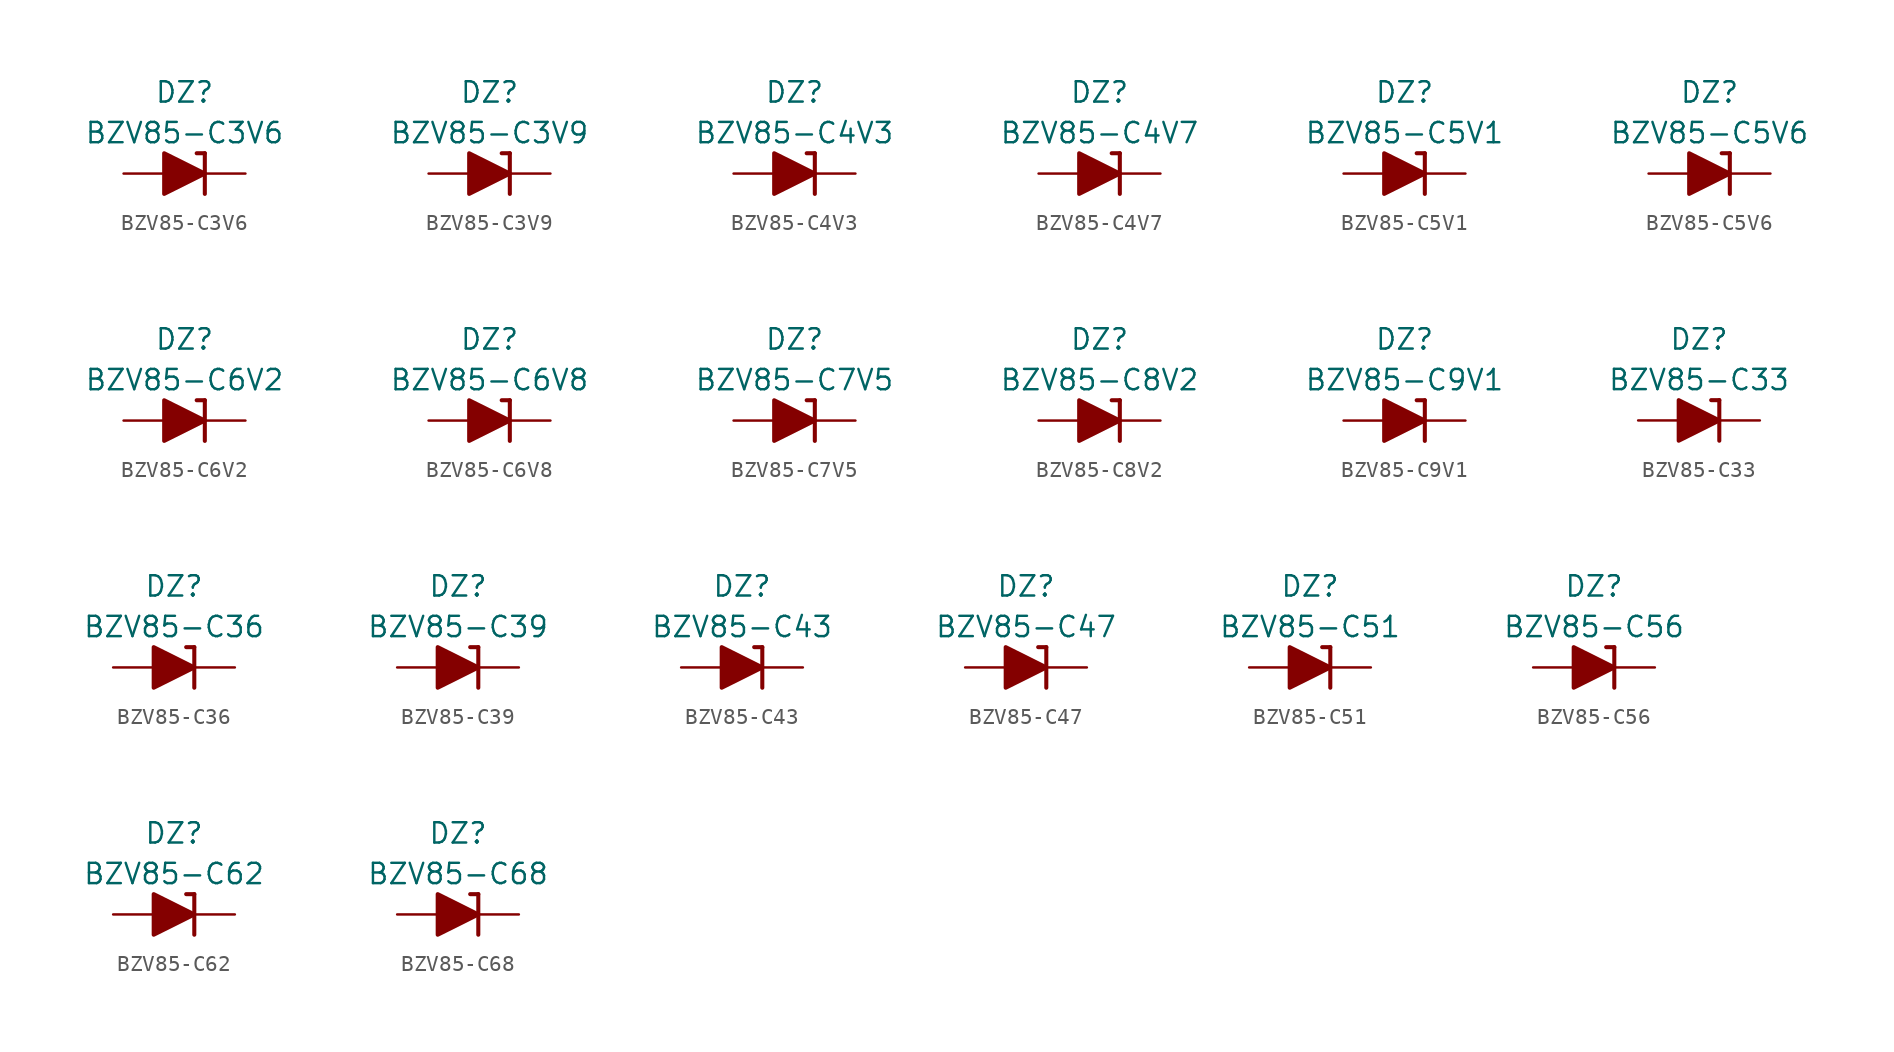
<source format=kicad_sym>
(kicad_symbol_lib
  (version 20201005)
  (generator kicad_symbol_editor)
  (symbol "Diode_Zener_AKL:BZV85-C3V6"
    (pin_numbers hide)
    (pin_names
      (offset 1.016) hide)
    (property "Reference" "DZ"
      (at 0 5.08 0)
      (effects (font (size 1.27 1.27))))
    (property "Value" "BZV85-C3V6"
      (at 0 2.54 0)
      (effects (font (size 1.27 1.27))))
    (symbol "BZV85-C3V6_0_1"
      (polyline (pts (xy -1.27 0) (xy 1.27 0)) (stroke (width 0)) (fill (type none)))
      (polyline (pts (xy 1.27 1.27) (xy 0.762 1.27)) (stroke (width 0.254)) (fill (type none)))
      (polyline (pts (xy 1.27 1.27) (xy 1.27 -1.27)) (stroke (width 0.254)) (fill (type none)))
      (polyline (pts (xy -1.27 -1.27) (xy -1.27 1.27) (xy 1.27 0) (xy -1.27 -1.27)) (stroke (width 0.254)) (fill (type outline))))
    (symbol "BZV85-C3V6_1_1"
      (pin passive line (at 3.81 0 180) (length 2.54) (name "K" (effects (font (size 1.27 1.27)))) (number "1" (effects (font (size 1.27 1.27)))))
      (pin passive line (at -3.81 0 0) (length 2.54) (name "A" (effects (font (size 1.27 1.27)))) (number "2" (effects (font (size 1.27 1.27)))))))
  (symbol "Diode_Zener_AKL:BZV85-C3V9"
    (pin_numbers hide)
    (pin_names
      (offset 1.016) hide)
    (property "Reference" "DZ"
      (at 0 5.08 0)
      (effects (font (size 1.27 1.27))))
    (property "Value" "BZV85-C3V9"
      (at 0 2.54 0)
      (effects (font (size 1.27 1.27))))
    (symbol "BZV85-C3V9_0_1"
      (polyline (pts (xy -1.27 0) (xy 1.27 0)) (stroke (width 0)) (fill (type none)))
      (polyline (pts (xy 1.27 1.27) (xy 0.762 1.27)) (stroke (width 0.254)) (fill (type none)))
      (polyline (pts (xy 1.27 1.27) (xy 1.27 -1.27)) (stroke (width 0.254)) (fill (type none)))
      (polyline (pts (xy -1.27 -1.27) (xy -1.27 1.27) (xy 1.27 0) (xy -1.27 -1.27)) (stroke (width 0.254)) (fill (type outline))))
    (symbol "BZV85-C3V9_1_1"
      (pin passive line (at 3.81 0 180) (length 2.54) (name "K" (effects (font (size 1.27 1.27)))) (number "1" (effects (font (size 1.27 1.27)))))
      (pin passive line (at -3.81 0 0) (length 2.54) (name "A" (effects (font (size 1.27 1.27)))) (number "2" (effects (font (size 1.27 1.27)))))))
  (symbol "Diode_Zener_AKL:BZV85-C4V3"
    (pin_numbers hide)
    (pin_names
      (offset 1.016) hide)
    (property "Reference" "DZ"
      (at 0 5.08 0)
      (effects (font (size 1.27 1.27))))
    (property "Value" "BZV85-C4V3"
      (at 0 2.54 0)
      (effects (font (size 1.27 1.27))))
    (symbol "BZV85-C4V3_0_1"
      (polyline (pts (xy -1.27 0) (xy 1.27 0)) (stroke (width 0)) (fill (type none)))
      (polyline (pts (xy 1.27 1.27) (xy 0.762 1.27)) (stroke (width 0.254)) (fill (type none)))
      (polyline (pts (xy 1.27 1.27) (xy 1.27 -1.27)) (stroke (width 0.254)) (fill (type none)))
      (polyline (pts (xy -1.27 -1.27) (xy -1.27 1.27) (xy 1.27 0) (xy -1.27 -1.27)) (stroke (width 0.254)) (fill (type outline))))
    (symbol "BZV85-C4V3_1_1"
      (pin passive line (at 3.81 0 180) (length 2.54) (name "K" (effects (font (size 1.27 1.27)))) (number "1" (effects (font (size 1.27 1.27)))))
      (pin passive line (at -3.81 0 0) (length 2.54) (name "A" (effects (font (size 1.27 1.27)))) (number "2" (effects (font (size 1.27 1.27)))))))
  (symbol "Diode_Zener_AKL:BZV85-C4V7"
    (pin_numbers hide)
    (pin_names
      (offset 1.016) hide)
    (property "Reference" "DZ"
      (at 0 5.08 0)
      (effects (font (size 1.27 1.27))))
    (property "Value" "BZV85-C4V7"
      (at 0 2.54 0)
      (effects (font (size 1.27 1.27))))
    (symbol "BZV85-C4V7_0_1"
      (polyline (pts (xy -1.27 0) (xy 1.27 0)) (stroke (width 0)) (fill (type none)))
      (polyline (pts (xy 1.27 1.27) (xy 0.762 1.27)) (stroke (width 0.254)) (fill (type none)))
      (polyline (pts (xy 1.27 1.27) (xy 1.27 -1.27)) (stroke (width 0.254)) (fill (type none)))
      (polyline (pts (xy -1.27 -1.27) (xy -1.27 1.27) (xy 1.27 0) (xy -1.27 -1.27)) (stroke (width 0.254)) (fill (type outline))))
    (symbol "BZV85-C4V7_1_1"
      (pin passive line (at 3.81 0 180) (length 2.54) (name "K" (effects (font (size 1.27 1.27)))) (number "1" (effects (font (size 1.27 1.27)))))
      (pin passive line (at -3.81 0 0) (length 2.54) (name "A" (effects (font (size 1.27 1.27)))) (number "2" (effects (font (size 1.27 1.27)))))))
  (symbol "Diode_Zener_AKL:BZV85-C5V1"
    (pin_numbers hide)
    (pin_names
      (offset 1.016) hide)
    (property "Reference" "DZ"
      (at 0 5.08 0)
      (effects (font (size 1.27 1.27))))
    (property "Value" "BZV85-C5V1"
      (at 0 2.54 0)
      (effects (font (size 1.27 1.27))))
    (symbol "BZV85-C5V1_0_1"
      (polyline (pts (xy -1.27 0) (xy 1.27 0)) (stroke (width 0)) (fill (type none)))
      (polyline (pts (xy 1.27 1.27) (xy 0.762 1.27)) (stroke (width 0.254)) (fill (type none)))
      (polyline (pts (xy 1.27 1.27) (xy 1.27 -1.27)) (stroke (width 0.254)) (fill (type none)))
      (polyline (pts (xy -1.27 -1.27) (xy -1.27 1.27) (xy 1.27 0) (xy -1.27 -1.27)) (stroke (width 0.254)) (fill (type outline))))
    (symbol "BZV85-C5V1_1_1"
      (pin passive line (at 3.81 0 180) (length 2.54) (name "K" (effects (font (size 1.27 1.27)))) (number "1" (effects (font (size 1.27 1.27)))))
      (pin passive line (at -3.81 0 0) (length 2.54) (name "A" (effects (font (size 1.27 1.27)))) (number "2" (effects (font (size 1.27 1.27)))))))
  (symbol "Diode_Zener_AKL:BZV85-C5V6"
    (pin_numbers hide)
    (pin_names
      (offset 1.016) hide)
    (property "Reference" "DZ"
      (at 0 5.08 0)
      (effects (font (size 1.27 1.27))))
    (property "Value" "BZV85-C5V6"
      (at 0 2.54 0)
      (effects (font (size 1.27 1.27))))
    (symbol "BZV85-C5V6_0_1"
      (polyline (pts (xy -1.27 0) (xy 1.27 0)) (stroke (width 0)) (fill (type none)))
      (polyline (pts (xy 1.27 1.27) (xy 0.762 1.27)) (stroke (width 0.254)) (fill (type none)))
      (polyline (pts (xy 1.27 1.27) (xy 1.27 -1.27)) (stroke (width 0.254)) (fill (type none)))
      (polyline (pts (xy -1.27 -1.27) (xy -1.27 1.27) (xy 1.27 0) (xy -1.27 -1.27)) (stroke (width 0.254)) (fill (type outline))))
    (symbol "BZV85-C5V6_1_1"
      (pin passive line (at 3.81 0 180) (length 2.54) (name "K" (effects (font (size 1.27 1.27)))) (number "1" (effects (font (size 1.27 1.27)))))
      (pin passive line (at -3.81 0 0) (length 2.54) (name "A" (effects (font (size 1.27 1.27)))) (number "2" (effects (font (size 1.27 1.27)))))))
  (symbol "Diode_Zener_AKL:BZV85-C6V2"
    (pin_numbers hide)
    (pin_names
      (offset 1.016) hide)
    (property "Reference" "DZ"
      (at 0 5.08 0)
      (effects (font (size 1.27 1.27))))
    (property "Value" "BZV85-C6V2"
      (at 0 2.54 0)
      (effects (font (size 1.27 1.27))))
    (symbol "BZV85-C6V2_0_1"
      (polyline (pts (xy -1.27 0) (xy 1.27 0)) (stroke (width 0)) (fill (type none)))
      (polyline (pts (xy 1.27 1.27) (xy 0.762 1.27)) (stroke (width 0.254)) (fill (type none)))
      (polyline (pts (xy 1.27 1.27) (xy 1.27 -1.27)) (stroke (width 0.254)) (fill (type none)))
      (polyline (pts (xy -1.27 -1.27) (xy -1.27 1.27) (xy 1.27 0) (xy -1.27 -1.27)) (stroke (width 0.254)) (fill (type outline))))
    (symbol "BZV85-C6V2_1_1"
      (pin passive line (at 3.81 0 180) (length 2.54) (name "K" (effects (font (size 1.27 1.27)))) (number "1" (effects (font (size 1.27 1.27)))))
      (pin passive line (at -3.81 0 0) (length 2.54) (name "A" (effects (font (size 1.27 1.27)))) (number "2" (effects (font (size 1.27 1.27)))))))
  (symbol "Diode_Zener_AKL:BZV85-C6V8"
    (pin_numbers hide)
    (pin_names
      (offset 1.016) hide)
    (property "Reference" "DZ"
      (at 0 5.08 0)
      (effects (font (size 1.27 1.27))))
    (property "Value" "BZV85-C6V8"
      (at 0 2.54 0)
      (effects (font (size 1.27 1.27))))
    (symbol "BZV85-C6V8_0_1"
      (polyline (pts (xy -1.27 0) (xy 1.27 0)) (stroke (width 0)) (fill (type none)))
      (polyline (pts (xy 1.27 1.27) (xy 0.762 1.27)) (stroke (width 0.254)) (fill (type none)))
      (polyline (pts (xy 1.27 1.27) (xy 1.27 -1.27)) (stroke (width 0.254)) (fill (type none)))
      (polyline (pts (xy -1.27 -1.27) (xy -1.27 1.27) (xy 1.27 0) (xy -1.27 -1.27)) (stroke (width 0.254)) (fill (type outline))))
    (symbol "BZV85-C6V8_1_1"
      (pin passive line (at 3.81 0 180) (length 2.54) (name "K" (effects (font (size 1.27 1.27)))) (number "1" (effects (font (size 1.27 1.27)))))
      (pin passive line (at -3.81 0 0) (length 2.54) (name "A" (effects (font (size 1.27 1.27)))) (number "2" (effects (font (size 1.27 1.27)))))))
  (symbol "Diode_Zener_AKL:BZV85-C7V5"
    (pin_numbers hide)
    (pin_names
      (offset 1.016) hide)
    (property "Reference" "DZ"
      (at 0 5.08 0)
      (effects (font (size 1.27 1.27))))
    (property "Value" "BZV85-C7V5"
      (at 0 2.54 0)
      (effects (font (size 1.27 1.27))))
    (symbol "BZV85-C7V5_0_1"
      (polyline (pts (xy -1.27 0) (xy 1.27 0)) (stroke (width 0)) (fill (type none)))
      (polyline (pts (xy 1.27 1.27) (xy 0.762 1.27)) (stroke (width 0.254)) (fill (type none)))
      (polyline (pts (xy 1.27 1.27) (xy 1.27 -1.27)) (stroke (width 0.254)) (fill (type none)))
      (polyline (pts (xy -1.27 -1.27) (xy -1.27 1.27) (xy 1.27 0) (xy -1.27 -1.27)) (stroke (width 0.254)) (fill (type outline))))
    (symbol "BZV85-C7V5_1_1"
      (pin passive line (at 3.81 0 180) (length 2.54) (name "K" (effects (font (size 1.27 1.27)))) (number "1" (effects (font (size 1.27 1.27)))))
      (pin passive line (at -3.81 0 0) (length 2.54) (name "A" (effects (font (size 1.27 1.27)))) (number "2" (effects (font (size 1.27 1.27)))))))
  (symbol "Diode_Zener_AKL:BZV85-C8V2"
    (pin_numbers hide)
    (pin_names
      (offset 1.016) hide)
    (property "Reference" "DZ"
      (at 0 5.08 0)
      (effects (font (size 1.27 1.27))))
    (property "Value" "BZV85-C8V2"
      (at 0 2.54 0)
      (effects (font (size 1.27 1.27))))
    (symbol "BZV85-C8V2_0_1"
      (polyline (pts (xy -1.27 0) (xy 1.27 0)) (stroke (width 0)) (fill (type none)))
      (polyline (pts (xy 1.27 1.27) (xy 0.762 1.27)) (stroke (width 0.254)) (fill (type none)))
      (polyline (pts (xy 1.27 1.27) (xy 1.27 -1.27)) (stroke (width 0.254)) (fill (type none)))
      (polyline (pts (xy -1.27 -1.27) (xy -1.27 1.27) (xy 1.27 0) (xy -1.27 -1.27)) (stroke (width 0.254)) (fill (type outline))))
    (symbol "BZV85-C8V2_1_1"
      (pin passive line (at 3.81 0 180) (length 2.54) (name "K" (effects (font (size 1.27 1.27)))) (number "1" (effects (font (size 1.27 1.27)))))
      (pin passive line (at -3.81 0 0) (length 2.54) (name "A" (effects (font (size 1.27 1.27)))) (number "2" (effects (font (size 1.27 1.27)))))))
  (symbol "Diode_Zener_AKL:BZV85-C9V1"
    (pin_numbers hide)
    (pin_names
      (offset 1.016) hide)
    (property "Reference" "DZ"
      (at 0 5.08 0)
      (effects (font (size 1.27 1.27))))
    (property "Value" "BZV85-C9V1"
      (at 0 2.54 0)
      (effects (font (size 1.27 1.27))))
    (symbol "BZV85-C9V1_0_1"
      (polyline (pts (xy -1.27 0) (xy 1.27 0)) (stroke (width 0)) (fill (type none)))
      (polyline (pts (xy 1.27 1.27) (xy 0.762 1.27)) (stroke (width 0.254)) (fill (type none)))
      (polyline (pts (xy 1.27 1.27) (xy 1.27 -1.27)) (stroke (width 0.254)) (fill (type none)))
      (polyline (pts (xy -1.27 -1.27) (xy -1.27 1.27) (xy 1.27 0) (xy -1.27 -1.27)) (stroke (width 0.254)) (fill (type outline))))
    (symbol "BZV85-C9V1_1_1"
      (pin passive line (at 3.81 0 180) (length 2.54) (name "K" (effects (font (size 1.27 1.27)))) (number "1" (effects (font (size 1.27 1.27)))))
      (pin passive line (at -3.81 0 0) (length 2.54) (name "A" (effects (font (size 1.27 1.27)))) (number "2" (effects (font (size 1.27 1.27)))))))
  (symbol "Diode_Zener_AKL:BZV85-C33"
    (pin_numbers hide)
    (pin_names
      (offset 1.016) hide)
    (property "Reference" "DZ"
      (at 0 5.08 0)
      (effects (font (size 1.27 1.27))))
    (property "Value" "BZV85-C33"
      (at 0 2.54 0)
      (effects (font (size 1.27 1.27))))
    (symbol "BZV85-C33_0_1"
      (polyline (pts (xy -1.27 0) (xy 1.27 0)) (stroke (width 0)) (fill (type none)))
      (polyline (pts (xy 1.27 1.27) (xy 0.762 1.27)) (stroke (width 0.254)) (fill (type none)))
      (polyline (pts (xy 1.27 1.27) (xy 1.27 -1.27)) (stroke (width 0.254)) (fill (type none)))
      (polyline (pts (xy -1.27 -1.27) (xy -1.27 1.27) (xy 1.27 0) (xy -1.27 -1.27)) (stroke (width 0.254)) (fill (type outline))))
    (symbol "BZV85-C33_1_1"
      (pin passive line (at 3.81 0 180) (length 2.54) (name "K" (effects (font (size 1.27 1.27)))) (number "1" (effects (font (size 1.27 1.27)))))
      (pin passive line (at -3.81 0 0) (length 2.54) (name "A" (effects (font (size 1.27 1.27)))) (number "2" (effects (font (size 1.27 1.27)))))))
  (symbol "Diode_Zener_AKL:BZV85-C36"
    (pin_numbers hide)
    (pin_names
      (offset 1.016) hide)
    (property "Reference" "DZ"
      (at 0 5.08 0)
      (effects (font (size 1.27 1.27))))
    (property "Value" "BZV85-C36"
      (at 0 2.54 0)
      (effects (font (size 1.27 1.27))))
    (symbol "BZV85-C36_0_1"
      (polyline (pts (xy -1.27 0) (xy 1.27 0)) (stroke (width 0)) (fill (type none)))
      (polyline (pts (xy 1.27 1.27) (xy 0.762 1.27)) (stroke (width 0.254)) (fill (type none)))
      (polyline (pts (xy 1.27 1.27) (xy 1.27 -1.27)) (stroke (width 0.254)) (fill (type none)))
      (polyline (pts (xy -1.27 -1.27) (xy -1.27 1.27) (xy 1.27 0) (xy -1.27 -1.27)) (stroke (width 0.254)) (fill (type outline))))
    (symbol "BZV85-C36_1_1"
      (pin passive line (at 3.81 0 180) (length 2.54) (name "K" (effects (font (size 1.27 1.27)))) (number "1" (effects (font (size 1.27 1.27)))))
      (pin passive line (at -3.81 0 0) (length 2.54) (name "A" (effects (font (size 1.27 1.27)))) (number "2" (effects (font (size 1.27 1.27)))))))
  (symbol "Diode_Zener_AKL:BZV85-C39"
    (pin_numbers hide)
    (pin_names
      (offset 1.016) hide)
    (property "Reference" "DZ"
      (at 0 5.08 0)
      (effects (font (size 1.27 1.27))))
    (property "Value" "BZV85-C39"
      (at 0 2.54 0)
      (effects (font (size 1.27 1.27))))
    (symbol "BZV85-C39_0_1"
      (polyline (pts (xy -1.27 0) (xy 1.27 0)) (stroke (width 0)) (fill (type none)))
      (polyline (pts (xy 1.27 1.27) (xy 0.762 1.27)) (stroke (width 0.254)) (fill (type none)))
      (polyline (pts (xy 1.27 1.27) (xy 1.27 -1.27)) (stroke (width 0.254)) (fill (type none)))
      (polyline (pts (xy -1.27 -1.27) (xy -1.27 1.27) (xy 1.27 0) (xy -1.27 -1.27)) (stroke (width 0.254)) (fill (type outline))))
    (symbol "BZV85-C39_1_1"
      (pin passive line (at 3.81 0 180) (length 2.54) (name "K" (effects (font (size 1.27 1.27)))) (number "1" (effects (font (size 1.27 1.27)))))
      (pin passive line (at -3.81 0 0) (length 2.54) (name "A" (effects (font (size 1.27 1.27)))) (number "2" (effects (font (size 1.27 1.27)))))))
  (symbol "Diode_Zener_AKL:BZV85-C43"
    (pin_numbers hide)
    (pin_names
      (offset 1.016) hide)
    (property "Reference" "DZ"
      (at 0 5.08 0)
      (effects (font (size 1.27 1.27))))
    (property "Value" "BZV85-C43"
      (at 0 2.54 0)
      (effects (font (size 1.27 1.27))))
    (symbol "BZV85-C43_0_1"
      (polyline (pts (xy -1.27 0) (xy 1.27 0)) (stroke (width 0)) (fill (type none)))
      (polyline (pts (xy 1.27 1.27) (xy 0.762 1.27)) (stroke (width 0.254)) (fill (type none)))
      (polyline (pts (xy 1.27 1.27) (xy 1.27 -1.27)) (stroke (width 0.254)) (fill (type none)))
      (polyline (pts (xy -1.27 -1.27) (xy -1.27 1.27) (xy 1.27 0) (xy -1.27 -1.27)) (stroke (width 0.254)) (fill (type outline))))
    (symbol "BZV85-C43_1_1"
      (pin passive line (at 3.81 0 180) (length 2.54) (name "K" (effects (font (size 1.27 1.27)))) (number "1" (effects (font (size 1.27 1.27)))))
      (pin passive line (at -3.81 0 0) (length 2.54) (name "A" (effects (font (size 1.27 1.27)))) (number "2" (effects (font (size 1.27 1.27)))))))
  (symbol "Diode_Zener_AKL:BZV85-C47"
    (pin_numbers hide)
    (pin_names
      (offset 1.016) hide)
    (property "Reference" "DZ"
      (at 0 5.08 0)
      (effects (font (size 1.27 1.27))))
    (property "Value" "BZV85-C47"
      (at 0 2.54 0)
      (effects (font (size 1.27 1.27))))
    (symbol "BZV85-C47_0_1"
      (polyline (pts (xy -1.27 0) (xy 1.27 0)) (stroke (width 0)) (fill (type none)))
      (polyline (pts (xy 1.27 1.27) (xy 0.762 1.27)) (stroke (width 0.254)) (fill (type none)))
      (polyline (pts (xy 1.27 1.27) (xy 1.27 -1.27)) (stroke (width 0.254)) (fill (type none)))
      (polyline (pts (xy -1.27 -1.27) (xy -1.27 1.27) (xy 1.27 0) (xy -1.27 -1.27)) (stroke (width 0.254)) (fill (type outline))))
    (symbol "BZV85-C47_1_1"
      (pin passive line (at 3.81 0 180) (length 2.54) (name "K" (effects (font (size 1.27 1.27)))) (number "1" (effects (font (size 1.27 1.27)))))
      (pin passive line (at -3.81 0 0) (length 2.54) (name "A" (effects (font (size 1.27 1.27)))) (number "2" (effects (font (size 1.27 1.27)))))))
  (symbol "Diode_Zener_AKL:BZV85-C51"
    (pin_numbers hide)
    (pin_names
      (offset 1.016) hide)
    (property "Reference" "DZ"
      (at 0 5.08 0)
      (effects (font (size 1.27 1.27))))
    (property "Value" "BZV85-C51"
      (at 0 2.54 0)
      (effects (font (size 1.27 1.27))))
    (symbol "BZV85-C51_0_1"
      (polyline (pts (xy -1.27 0) (xy 1.27 0)) (stroke (width 0)) (fill (type none)))
      (polyline (pts (xy 1.27 1.27) (xy 0.762 1.27)) (stroke (width 0.254)) (fill (type none)))
      (polyline (pts (xy 1.27 1.27) (xy 1.27 -1.27)) (stroke (width 0.254)) (fill (type none)))
      (polyline (pts (xy -1.27 -1.27) (xy -1.27 1.27) (xy 1.27 0) (xy -1.27 -1.27)) (stroke (width 0.254)) (fill (type outline))))
    (symbol "BZV85-C51_1_1"
      (pin passive line (at 3.81 0 180) (length 2.54) (name "K" (effects (font (size 1.27 1.27)))) (number "1" (effects (font (size 1.27 1.27)))))
      (pin passive line (at -3.81 0 0) (length 2.54) (name "A" (effects (font (size 1.27 1.27)))) (number "2" (effects (font (size 1.27 1.27)))))))
  (symbol "Diode_Zener_AKL:BZV85-C56"
    (pin_numbers hide)
    (pin_names
      (offset 1.016) hide)
    (property "Reference" "DZ"
      (at 0 5.08 0)
      (effects (font (size 1.27 1.27))))
    (property "Value" "BZV85-C56"
      (at 0 2.54 0)
      (effects (font (size 1.27 1.27))))
    (symbol "BZV85-C56_0_1"
      (polyline (pts (xy -1.27 0) (xy 1.27 0)) (stroke (width 0)) (fill (type none)))
      (polyline (pts (xy 1.27 1.27) (xy 0.762 1.27)) (stroke (width 0.254)) (fill (type none)))
      (polyline (pts (xy 1.27 1.27) (xy 1.27 -1.27)) (stroke (width 0.254)) (fill (type none)))
      (polyline (pts (xy -1.27 -1.27) (xy -1.27 1.27) (xy 1.27 0) (xy -1.27 -1.27)) (stroke (width 0.254)) (fill (type outline))))
    (symbol "BZV85-C56_1_1"
      (pin passive line (at 3.81 0 180) (length 2.54) (name "K" (effects (font (size 1.27 1.27)))) (number "1" (effects (font (size 1.27 1.27)))))
      (pin passive line (at -3.81 0 0) (length 2.54) (name "A" (effects (font (size 1.27 1.27)))) (number "2" (effects (font (size 1.27 1.27)))))))
  (symbol "Diode_Zener_AKL:BZV85-C62"
    (pin_numbers hide)
    (pin_names
      (offset 1.016) hide)
    (property "Reference" "DZ"
      (at 0 5.08 0)
      (effects (font (size 1.27 1.27))))
    (property "Value" "BZV85-C62"
      (at 0 2.54 0)
      (effects (font (size 1.27 1.27))))
    (symbol "BZV85-C62_0_1"
      (polyline (pts (xy -1.27 0) (xy 1.27 0)) (stroke (width 0)) (fill (type none)))
      (polyline (pts (xy 1.27 1.27) (xy 0.762 1.27)) (stroke (width 0.254)) (fill (type none)))
      (polyline (pts (xy 1.27 1.27) (xy 1.27 -1.27)) (stroke (width 0.254)) (fill (type none)))
      (polyline (pts (xy -1.27 -1.27) (xy -1.27 1.27) (xy 1.27 0) (xy -1.27 -1.27)) (stroke (width 0.254)) (fill (type outline))))
    (symbol "BZV85-C62_1_1"
      (pin passive line (at 3.81 0 180) (length 2.54) (name "K" (effects (font (size 1.27 1.27)))) (number "1" (effects (font (size 1.27 1.27)))))
      (pin passive line (at -3.81 0 0) (length 2.54) (name "A" (effects (font (size 1.27 1.27)))) (number "2" (effects (font (size 1.27 1.27)))))))
  (symbol "Diode_Zener_AKL:BZV85-C68"
    (pin_numbers hide)
    (pin_names
      (offset 1.016) hide)
    (property "Reference" "DZ"
      (at 0 5.08 0)
      (effects (font (size 1.27 1.27))))
    (property "Value" "BZV85-C68"
      (at 0 2.54 0)
      (effects (font (size 1.27 1.27))))
    (symbol "BZV85-C68_0_1"
      (polyline (pts (xy -1.27 0) (xy 1.27 0)) (stroke (width 0)) (fill (type none)))
      (polyline (pts (xy 1.27 1.27) (xy 0.762 1.27)) (stroke (width 0.254)) (fill (type none)))
      (polyline (pts (xy 1.27 1.27) (xy 1.27 -1.27)) (stroke (width 0.254)) (fill (type none)))
      (polyline (pts (xy -1.27 -1.27) (xy -1.27 1.27) (xy 1.27 0) (xy -1.27 -1.27)) (stroke (width 0.254)) (fill (type outline))))
    (symbol "BZV85-C68_1_1"
      (pin passive line (at 3.81 0 180) (length 2.54) (name "K" (effects (font (size 1.27 1.27)))) (number "1" (effects (font (size 1.27 1.27)))))
      (pin passive line (at -3.81 0 0) (length 2.54) (name "A" (effects (font (size 1.27 1.27)))) (number "2" (effects (font (size 1.27 1.27))))))))
</source>
